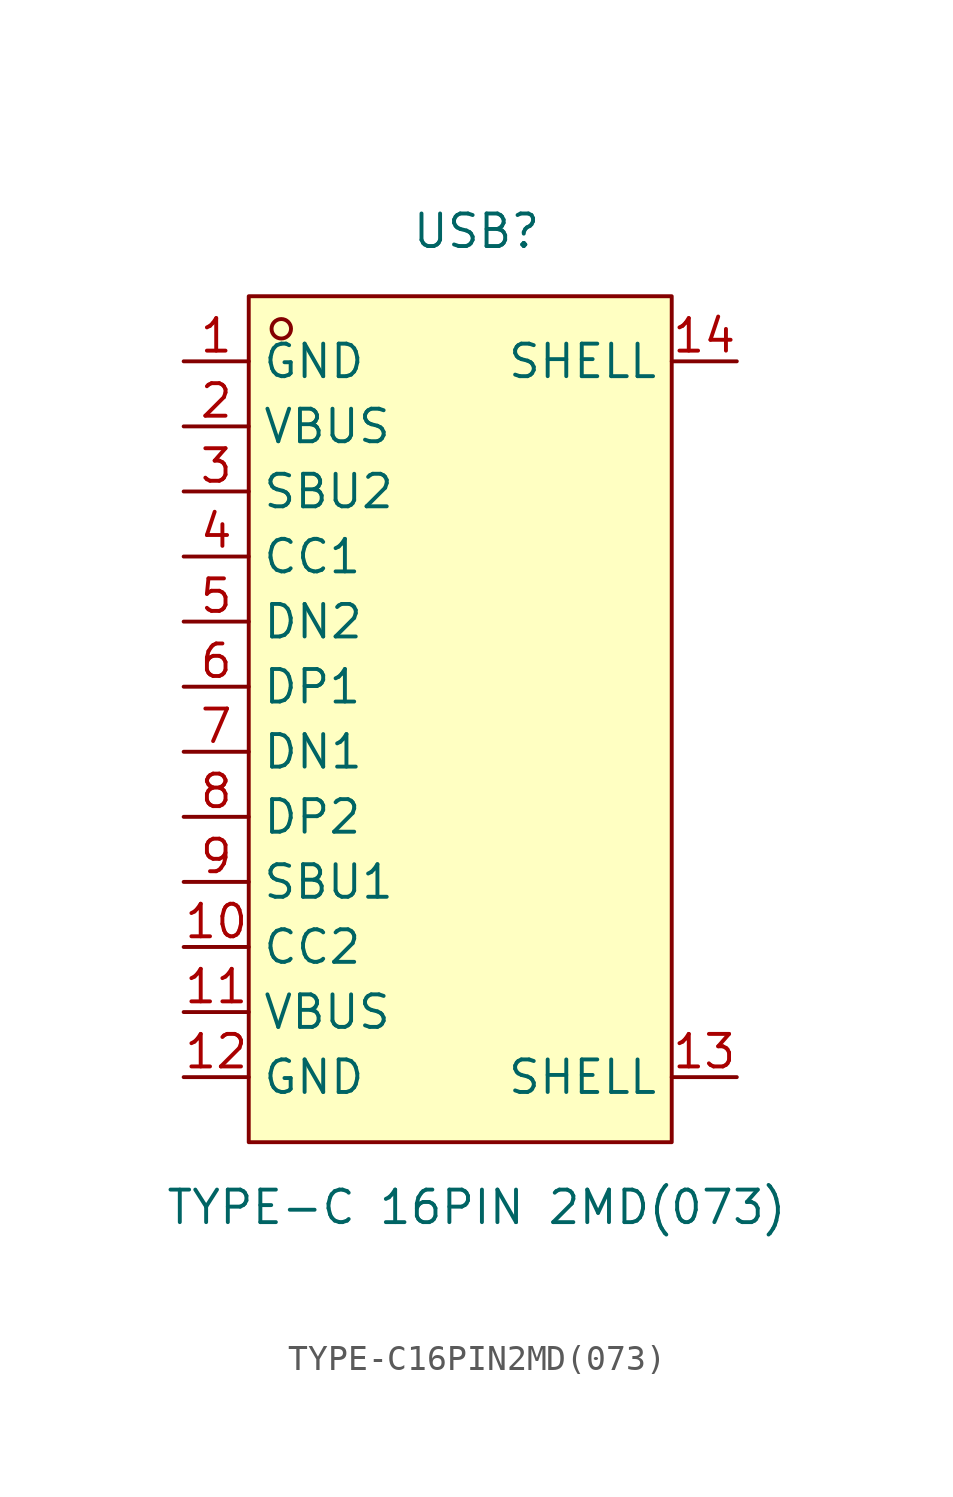
<source format=kicad_sym>
(kicad_symbol_lib
  (version 20241209)
  (generator "kicad_symbol_editor")
  (generator_version "9.0")
  (symbol "TYPE-C16PIN2MD(073)"
    (property "Reference" "USB"
      (at 0 19.05 0)
      (effects (font (size 1.27 1.27))))
    (property "Value" "TYPE-C 16PIN 2MD(073)"
      (at 0 -19.05 0)
      (effects (font (size 1.27 1.27))))
    (symbol "TYPE-C16PIN2MD(073)_0_1"
      (rectangle (start -8.89 16.51) (end 7.62 -16.51) (stroke (width 0) (type default)) (fill (type background)))
      (circle (center -7.62 15.24) (radius 0.38) (stroke (width 0) (type default)) (fill (type none)))
      (pin unspecified line (at -11.43 13.97 0) (length 2.54) (name "GND" (effects (font (size 1.27 1.27)))) (number "1" (effects (font (size 1.27 1.27)))))
      (pin unspecified line (at -11.43 11.43 0) (length 2.54) (name "VBUS" (effects (font (size 1.27 1.27)))) (number "2" (effects (font (size 1.27 1.27)))))
      (pin unspecified line (at -11.43 8.89 0) (length 2.54) (name "SBU2" (effects (font (size 1.27 1.27)))) (number "3" (effects (font (size 1.27 1.27)))))
      (pin unspecified line (at -11.43 6.35 0) (length 2.54) (name "CC1" (effects (font (size 1.27 1.27)))) (number "4" (effects (font (size 1.27 1.27)))))
      (pin unspecified line (at -11.43 3.81 0) (length 2.54) (name "DN2" (effects (font (size 1.27 1.27)))) (number "5" (effects (font (size 1.27 1.27)))))
      (pin unspecified line (at -11.43 1.27 0) (length 2.54) (name "DP1" (effects (font (size 1.27 1.27)))) (number "6" (effects (font (size 1.27 1.27)))))
      (pin unspecified line (at -11.43 -1.27 0) (length 2.54) (name "DN1" (effects (font (size 1.27 1.27)))) (number "7" (effects (font (size 1.27 1.27)))))
      (pin unspecified line (at -11.43 -3.81 0) (length 2.54) (name "DP2" (effects (font (size 1.27 1.27)))) (number "8" (effects (font (size 1.27 1.27)))))
      (pin unspecified line (at -11.43 -6.35 0) (length 2.54) (name "SBU1" (effects (font (size 1.27 1.27)))) (number "9" (effects (font (size 1.27 1.27)))))
      (pin unspecified line (at -11.43 -8.89 0) (length 2.54) (name "CC2" (effects (font (size 1.27 1.27)))) (number "10" (effects (font (size 1.27 1.27)))))
      (pin unspecified line (at -11.43 -11.43 0) (length 2.54) (name "VBUS" (effects (font (size 1.27 1.27)))) (number "11" (effects (font (size 1.27 1.27)))))
      (pin unspecified line (at -11.43 -13.97 0) (length 2.54) (name "GND" (effects (font (size 1.27 1.27)))) (number "12" (effects (font (size 1.27 1.27)))))
      (pin unspecified line (at 10.16 13.97 180) (length 2.54) (name "SHELL" (effects (font (size 1.27 1.27)))) (number "14" (effects (font (size 1.27 1.27)))))
      (pin unspecified line (at 10.16 -13.97 180) (length 2.54) (name "SHELL" (effects (font (size 1.27 1.27)))) (number "13" (effects (font (size 1.27 1.27))))))))
</source>
